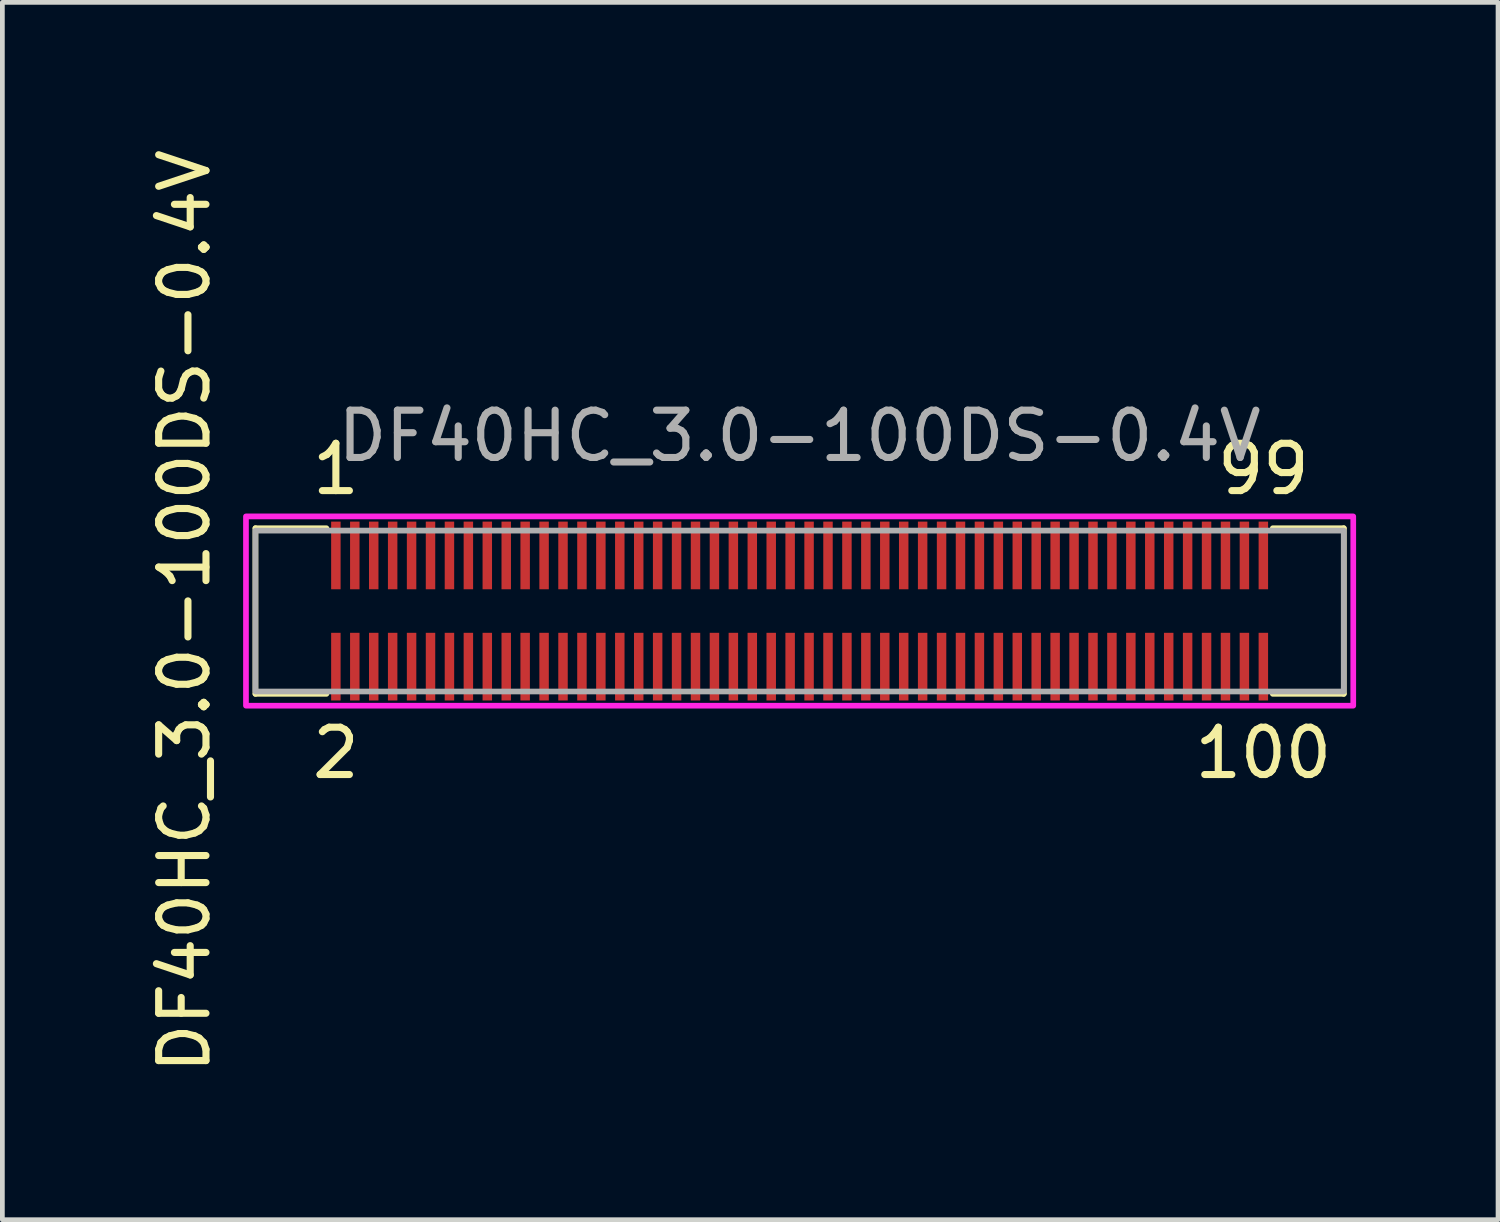
<source format=kicad_pcb>
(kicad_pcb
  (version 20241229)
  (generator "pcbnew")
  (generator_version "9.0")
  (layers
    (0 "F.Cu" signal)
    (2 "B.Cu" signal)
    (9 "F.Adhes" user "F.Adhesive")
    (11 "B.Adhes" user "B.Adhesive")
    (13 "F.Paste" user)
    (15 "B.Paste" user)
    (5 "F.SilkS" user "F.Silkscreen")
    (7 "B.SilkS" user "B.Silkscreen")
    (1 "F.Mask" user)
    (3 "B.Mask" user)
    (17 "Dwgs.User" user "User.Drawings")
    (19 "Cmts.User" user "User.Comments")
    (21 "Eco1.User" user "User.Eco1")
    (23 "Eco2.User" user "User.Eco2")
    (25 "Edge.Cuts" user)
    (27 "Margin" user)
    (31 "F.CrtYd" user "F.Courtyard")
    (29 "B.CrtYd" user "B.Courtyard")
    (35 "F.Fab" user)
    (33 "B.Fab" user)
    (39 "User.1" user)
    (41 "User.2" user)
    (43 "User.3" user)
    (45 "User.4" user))
  (footprint "DF40HC_3.0-100DS-0.4V"
    (layer "F.Cu")
    (at 13.848 9.863)
    (property "Reference" "DF40HC_3.0-100DS-0.4V" (at -13 0 90) (unlocked yes) (layer "F.SilkS") (effects (font (size 1 1) (thickness 0.15))))
    (attr smd)
    (fp_rect (start -9.9 -1.89) (end -9.7 -1.19) (stroke (width 0) (type solid)) (fill yes) (layer "F.Mask"))
    (fp_rect (start -9.7 1.89) (end -9.9 1.19) (stroke (width 0) (type solid)) (fill yes) (layer "F.Mask"))
    (fp_rect (start -9.5 -1.89) (end -9.3 -1.19) (stroke (width 0) (type solid)) (fill yes) (layer "F.Mask"))
    (fp_rect (start -9.3 1.89) (end -9.5 1.19) (stroke (width 0) (type solid)) (fill yes) (layer "F.Mask"))
    (fp_rect (start -9.1 -1.89) (end -8.9 -1.19) (stroke (width 0) (type solid)) (fill yes) (layer "F.Mask"))
    (fp_rect (start -8.9 1.89) (end -9.1 1.19) (stroke (width 0) (type solid)) (fill yes) (layer "F.Mask"))
    (fp_rect (start -8.7 -1.89) (end -8.5 -1.19) (stroke (width 0) (type solid)) (fill yes) (layer "F.Mask"))
    (fp_rect (start -8.5 1.89) (end -8.7 1.19) (stroke (width 0) (type solid)) (fill yes) (layer "F.Mask"))
    (fp_rect (start -8.3 -1.89) (end -8.1 -1.19) (stroke (width 0) (type solid)) (fill yes) (layer "F.Mask"))
    (fp_rect (start -8.1 1.89) (end -8.3 1.19) (stroke (width 0) (type solid)) (fill yes) (layer "F.Mask"))
    (fp_rect (start -7.9 -1.89) (end -7.7 -1.19) (stroke (width 0) (type solid)) (fill yes) (layer "F.Mask"))
    (fp_rect (start -7.7 1.89) (end -7.9 1.19) (stroke (width 0) (type solid)) (fill yes) (layer "F.Mask"))
    (fp_rect (start -7.5 -1.89) (end -7.3 -1.19) (stroke (width 0) (type solid)) (fill yes) (layer "F.Mask"))
    (fp_rect (start -7.3 1.89) (end -7.5 1.19) (stroke (width 0) (type solid)) (fill yes) (layer "F.Mask"))
    (fp_rect (start -7.1 -1.89) (end -6.9 -1.19) (stroke (width 0) (type solid)) (fill yes) (layer "F.Mask"))
    (fp_rect (start -6.9 1.89) (end -7.1 1.19) (stroke (width 0) (type solid)) (fill yes) (layer "F.Mask"))
    (fp_rect (start -6.7 -1.89) (end -6.5 -1.19) (stroke (width 0) (type solid)) (fill yes) (layer "F.Mask"))
    (fp_rect (start -6.5 1.89) (end -6.7 1.19) (stroke (width 0) (type solid)) (fill yes) (layer "F.Mask"))
    (fp_rect (start -6.3 -1.89) (end -6.1 -1.19) (stroke (width 0) (type solid)) (fill yes) (layer "F.Mask"))
    (fp_rect (start -6.1 1.89) (end -6.3 1.19) (stroke (width 0) (type solid)) (fill yes) (layer "F.Mask"))
    (fp_rect (start -5.9 -1.89) (end -5.7 -1.19) (stroke (width 0) (type solid)) (fill yes) (layer "F.Mask"))
    (fp_rect (start -5.7 1.89) (end -5.9 1.19) (stroke (width 0) (type solid)) (fill yes) (layer "F.Mask"))
    (fp_rect (start -5.5 -1.89) (end -5.3 -1.19) (stroke (width 0) (type solid)) (fill yes) (layer "F.Mask"))
    (fp_rect (start -5.3 1.89) (end -5.5 1.19) (stroke (width 0) (type solid)) (fill yes) (layer "F.Mask"))
    (fp_rect (start -5.1 -1.89) (end -4.9 -1.19) (stroke (width 0) (type solid)) (fill yes) (layer "F.Mask"))
    (fp_rect (start -4.9 1.89) (end -5.1 1.19) (stroke (width 0) (type solid)) (fill yes) (layer "F.Mask"))
    (fp_rect (start -4.7 -1.89) (end -4.5 -1.19) (stroke (width 0) (type solid)) (fill yes) (layer "F.Mask"))
    (fp_rect (start -4.5 1.89) (end -4.7 1.19) (stroke (width 0) (type solid)) (fill yes) (layer "F.Mask"))
    (fp_rect (start -4.3 -1.89) (end -4.1 -1.19) (stroke (width 0) (type solid)) (fill yes) (layer "F.Mask"))
    (fp_rect (start -4.1 1.89) (end -4.3 1.19) (stroke (width 0) (type solid)) (fill yes) (layer "F.Mask"))
    (fp_rect (start -3.9 -1.89) (end -3.7 -1.19) (stroke (width 0) (type solid)) (fill yes) (layer "F.Mask"))
    (fp_rect (start -3.7 1.89) (end -3.9 1.19) (stroke (width 0) (type solid)) (fill yes) (layer "F.Mask"))
    (fp_rect (start -3.5 -1.89) (end -3.3 -1.19) (stroke (width 0) (type solid)) (fill yes) (layer "F.Mask"))
    (fp_rect (start -3.3 1.89) (end -3.5 1.19) (stroke (width 0) (type solid)) (fill yes) (layer "F.Mask"))
    (fp_rect (start -3.1 -1.89) (end -2.9 -1.19) (stroke (width 0) (type solid)) (fill yes) (layer "F.Mask"))
    (fp_rect (start -2.9 1.89) (end -3.1 1.19) (stroke (width 0) (type solid)) (fill yes) (layer "F.Mask"))
    (fp_rect (start -2.7 -1.89) (end -2.5 -1.19) (stroke (width 0) (type solid)) (fill yes) (layer "F.Mask"))
    (fp_rect (start -2.5 1.89) (end -2.7 1.19) (stroke (width 0) (type solid)) (fill yes) (layer "F.Mask"))
    (fp_rect (start -2.3 -1.89) (end -2.1 -1.19) (stroke (width 0) (type solid)) (fill yes) (layer "F.Mask"))
    (fp_rect (start -2.1 1.89) (end -2.3 1.19) (stroke (width 0) (type solid)) (fill yes) (layer "F.Mask"))
    (fp_rect (start -1.9 -1.89) (end -1.7 -1.19) (stroke (width 0) (type solid)) (fill yes) (layer "F.Mask"))
    (fp_rect (start -1.7 1.89) (end -1.9 1.19) (stroke (width 0) (type solid)) (fill yes) (layer "F.Mask"))
    (fp_rect (start -1.5 -1.89) (end -1.3 -1.19) (stroke (width 0) (type solid)) (fill yes) (layer "F.Mask"))
    (fp_rect (start -1.3 1.89) (end -1.5 1.19) (stroke (width 0) (type solid)) (fill yes) (layer "F.Mask"))
    (fp_rect (start -1.1 -1.89) (end -0.9 -1.19) (stroke (width 0) (type solid)) (fill yes) (layer "F.Mask"))
    (fp_rect (start -0.9 1.89) (end -1.1 1.19) (stroke (width 0) (type solid)) (fill yes) (layer "F.Mask"))
    (fp_rect (start -0.7 -1.89) (end -0.5 -1.19) (stroke (width 0) (type solid)) (fill yes) (layer "F.Mask"))
    (fp_rect (start -0.5 1.89) (end -0.7 1.19) (stroke (width 0) (type solid)) (fill yes) (layer "F.Mask"))
    (fp_rect (start -0.3 -1.89) (end -0.1 -1.19) (stroke (width 0) (type solid)) (fill yes) (layer "F.Mask"))
    (fp_rect (start -0.1 1.89) (end -0.3 1.19) (stroke (width 0) (type solid)) (fill yes) (layer "F.Mask"))
    (fp_rect (start 0.1 -1.89) (end 0.3 -1.19) (stroke (width 0) (type solid)) (fill yes) (layer "F.Mask"))
    (fp_rect (start 0.3 1.89) (end 0.1 1.19) (stroke (width 0) (type solid)) (fill yes) (layer "F.Mask"))
    (fp_rect (start 0.5 -1.89) (end 0.7 -1.19) (stroke (width 0) (type solid)) (fill yes) (layer "F.Mask"))
    (fp_rect (start 0.7 1.89) (end 0.5 1.19) (stroke (width 0) (type solid)) (fill yes) (layer "F.Mask"))
    (fp_rect (start 0.9 -1.89) (end 1.1 -1.19) (stroke (width 0) (type solid)) (fill yes) (layer "F.Mask"))
    (fp_rect (start 1.1 1.89) (end 0.9 1.19) (stroke (width 0) (type solid)) (fill yes) (layer "F.Mask"))
    (fp_rect (start 1.3 -1.89) (end 1.5 -1.19) (stroke (width 0) (type solid)) (fill yes) (layer "F.Mask"))
    (fp_rect (start 1.5 1.89) (end 1.3 1.19) (stroke (width 0) (type solid)) (fill yes) (layer "F.Mask"))
    (fp_rect (start 1.7 -1.89) (end 1.9 -1.19) (stroke (width 0) (type solid)) (fill yes) (layer "F.Mask"))
    (fp_rect (start 1.9 1.89) (end 1.7 1.19) (stroke (width 0) (type solid)) (fill yes) (layer "F.Mask"))
    (fp_rect (start 2.1 -1.89) (end 2.3 -1.19) (stroke (width 0) (type solid)) (fill yes) (layer "F.Mask"))
    (fp_rect (start 2.3 1.89) (end 2.1 1.19) (stroke (width 0) (type solid)) (fill yes) (layer "F.Mask"))
    (fp_rect (start 2.5 -1.89) (end 2.7 -1.19) (stroke (width 0) (type solid)) (fill yes) (layer "F.Mask"))
    (fp_rect (start 2.7 1.89) (end 2.5 1.19) (stroke (width 0) (type solid)) (fill yes) (layer "F.Mask"))
    (fp_rect (start 2.9 -1.89) (end 3.1 -1.19) (stroke (width 0) (type solid)) (fill yes) (layer "F.Mask"))
    (fp_rect (start 3.1 1.89) (end 2.9 1.19) (stroke (width 0) (type solid)) (fill yes) (layer "F.Mask"))
    (fp_rect (start 3.3 -1.89) (end 3.5 -1.19) (stroke (width 0) (type solid)) (fill yes) (layer "F.Mask"))
    (fp_rect (start 3.5 1.89) (end 3.3 1.19) (stroke (width 0) (type solid)) (fill yes) (layer "F.Mask"))
    (fp_rect (start 3.7 -1.89) (end 3.9 -1.19) (stroke (width 0) (type solid)) (fill yes) (layer "F.Mask"))
    (fp_rect (start 3.9 1.89) (end 3.7 1.19) (stroke (width 0) (type solid)) (fill yes) (layer "F.Mask"))
    (fp_rect (start 4.1 -1.89) (end 4.3 -1.19) (stroke (width 0) (type solid)) (fill yes) (layer "F.Mask"))
    (fp_rect (start 4.3 1.89) (end 4.1 1.19) (stroke (width 0) (type solid)) (fill yes) (layer "F.Mask"))
    (fp_rect (start 4.5 -1.89) (end 4.7 -1.19) (stroke (width 0) (type solid)) (fill yes) (layer "F.Mask"))
    (fp_rect (start 4.7 1.89) (end 4.5 1.19) (stroke (width 0) (type solid)) (fill yes) (layer "F.Mask"))
    (fp_rect (start 4.9 -1.89) (end 5.1 -1.19) (stroke (width 0) (type solid)) (fill yes) (layer "F.Mask"))
    (fp_rect (start 5.1 1.89) (end 4.9 1.19) (stroke (width 0) (type solid)) (fill yes) (layer "F.Mask"))
    (fp_rect (start 5.3 -1.89) (end 5.5 -1.19) (stroke (width 0) (type solid)) (fill yes) (layer "F.Mask"))
    (fp_rect (start 5.5 1.89) (end 5.3 1.19) (stroke (width 0) (type solid)) (fill yes) (layer "F.Mask"))
    (fp_rect (start 5.7 -1.89) (end 5.9 -1.19) (stroke (width 0) (type solid)) (fill yes) (layer "F.Mask"))
    (fp_rect (start 5.9 1.89) (end 5.7 1.19) (stroke (width 0) (type solid)) (fill yes) (layer "F.Mask"))
    (fp_rect (start 6.1 -1.89) (end 6.3 -1.19) (stroke (width 0) (type solid)) (fill yes) (layer "F.Mask"))
    (fp_rect (start 6.3 1.89) (end 6.1 1.19) (stroke (width 0) (type solid)) (fill yes) (layer "F.Mask"))
    (fp_rect (start 6.5 -1.89) (end 6.7 -1.19) (stroke (width 0) (type solid)) (fill yes) (layer "F.Mask"))
    (fp_rect (start 6.7 1.89) (end 6.5 1.19) (stroke (width 0) (type solid)) (fill yes) (layer "F.Mask"))
    (fp_rect (start 6.9 -1.89) (end 7.1 -1.19) (stroke (width 0) (type solid)) (fill yes) (layer "F.Mask"))
    (fp_rect (start 7.1 1.89) (end 6.9 1.19) (stroke (width 0) (type solid)) (fill yes) (layer "F.Mask"))
    (fp_rect (start 7.3 -1.89) (end 7.5 -1.19) (stroke (width 0) (type solid)) (fill yes) (layer "F.Mask"))
    (fp_rect (start 7.5 1.89) (end 7.3 1.19) (stroke (width 0) (type solid)) (fill yes) (layer "F.Mask"))
    (fp_rect (start 7.7 -1.89) (end 7.9 -1.19) (stroke (width 0) (type solid)) (fill yes) (layer "F.Mask"))
    (fp_rect (start 7.9 1.89) (end 7.7 1.19) (stroke (width 0) (type solid)) (fill yes) (layer "F.Mask"))
    (fp_rect (start 8.1 -1.89) (end 8.3 -1.19) (stroke (width 0) (type solid)) (fill yes) (layer "F.Mask"))
    (fp_rect (start 8.3 1.89) (end 8.1 1.19) (stroke (width 0) (type solid)) (fill yes) (layer "F.Mask"))
    (fp_rect (start 8.5 -1.89) (end 8.7 -1.19) (stroke (width 0) (type solid)) (fill yes) (layer "F.Mask"))
    (fp_rect (start 8.7 1.89) (end 8.5 1.19) (stroke (width 0) (type solid)) (fill yes) (layer "F.Mask"))
    (fp_rect (start 8.9 -1.89) (end 9.1 -1.19) (stroke (width 0) (type solid)) (fill yes) (layer "F.Mask"))
    (fp_rect (start 9.1 1.89) (end 8.9 1.19) (stroke (width 0) (type solid)) (fill yes) (layer "F.Mask"))
    (fp_rect (start 9.3 -1.89) (end 9.5 -1.19) (stroke (width 0) (type solid)) (fill yes) (layer "F.Mask"))
    (fp_rect (start 9.5 1.89) (end 9.3 1.19) (stroke (width 0) (type solid)) (fill yes) (layer "F.Mask"))
    (fp_rect (start 9.7 -1.89) (end 9.9 -1.19) (stroke (width 0) (type solid)) (fill yes) (layer "F.Mask"))
    (fp_rect (start 9.9 1.89) (end 9.7 1.19) (stroke (width 0) (type solid)) (fill yes) (layer "F.Mask"))
    (fp_line (start -11.5 -1.75) (end -11.5 1.75) (stroke (width 0.12) (type solid)) (layer "F.SilkS"))
    (fp_line (start -11.5 1.75) (end -10 1.75) (stroke (width 0.12) (type solid)) (layer "F.SilkS"))
    (fp_line (start -10 -1.75) (end -11.5 -1.75) (stroke (width 0.12) (type solid)) (layer "F.SilkS"))
    (fp_line (start 10 -1.75) (end 11.5 -1.75) (stroke (width 0.12) (type solid)) (layer "F.SilkS"))
    (fp_line (start 11.5 -1.75) (end 11.5 1.75) (stroke (width 0.12) (type solid)) (layer "F.SilkS"))
    (fp_line (start 11.5 1.75) (end 10 1.75) (stroke (width 0.12) (type solid)) (layer "F.SilkS"))
    (fp_rect (start -9.9 -1.89) (end -9.7 -1.19) (stroke (width 0) (type solid)) (fill yes) (layer "F.Paste"))
    (fp_rect (start -9.7 1.89) (end -9.9 1.19) (stroke (width 0) (type solid)) (fill yes) (layer "F.Paste"))
    (fp_rect (start -9.5 -1.89) (end -9.3 -1.19) (stroke (width 0) (type solid)) (fill yes) (layer "F.Paste"))
    (fp_rect (start -9.3 1.89) (end -9.5 1.19) (stroke (width 0) (type solid)) (fill yes) (layer "F.Paste"))
    (fp_rect (start -9.1 -1.89) (end -8.9 -1.19) (stroke (width 0) (type solid)) (fill yes) (layer "F.Paste"))
    (fp_rect (start -8.9 1.89) (end -9.1 1.19) (stroke (width 0) (type solid)) (fill yes) (layer "F.Paste"))
    (fp_rect (start -8.7 -1.89) (end -8.5 -1.19) (stroke (width 0) (type solid)) (fill yes) (layer "F.Paste"))
    (fp_rect (start -8.5 1.89) (end -8.7 1.19) (stroke (width 0) (type solid)) (fill yes) (layer "F.Paste"))
    (fp_rect (start -8.3 -1.89) (end -8.1 -1.19) (stroke (width 0) (type solid)) (fill yes) (layer "F.Paste"))
    (fp_rect (start -8.1 1.89) (end -8.3 1.19) (stroke (width 0) (type solid)) (fill yes) (layer "F.Paste"))
    (fp_rect (start -7.9 -1.89) (end -7.7 -1.19) (stroke (width 0) (type solid)) (fill yes) (layer "F.Paste"))
    (fp_rect (start -7.7 1.89) (end -7.9 1.19) (stroke (width 0) (type solid)) (fill yes) (layer "F.Paste"))
    (fp_rect (start -7.5 -1.89) (end -7.3 -1.19) (stroke (width 0) (type solid)) (fill yes) (layer "F.Paste"))
    (fp_rect (start -7.3 1.89) (end -7.5 1.19) (stroke (width 0) (type solid)) (fill yes) (layer "F.Paste"))
    (fp_rect (start -7.1 -1.89) (end -6.9 -1.19) (stroke (width 0) (type solid)) (fill yes) (layer "F.Paste"))
    (fp_rect (start -6.9 1.89) (end -7.1 1.19) (stroke (width 0) (type solid)) (fill yes) (layer "F.Paste"))
    (fp_rect (start -6.7 -1.89) (end -6.5 -1.19) (stroke (width 0) (type solid)) (fill yes) (layer "F.Paste"))
    (fp_rect (start -6.5 1.89) (end -6.7 1.19) (stroke (width 0) (type solid)) (fill yes) (layer "F.Paste"))
    (fp_rect (start -6.3 -1.89) (end -6.1 -1.19) (stroke (width 0) (type solid)) (fill yes) (layer "F.Paste"))
    (fp_rect (start -6.1 1.89) (end -6.3 1.19) (stroke (width 0) (type solid)) (fill yes) (layer "F.Paste"))
    (fp_rect (start -5.9 -1.89) (end -5.7 -1.19) (stroke (width 0) (type solid)) (fill yes) (layer "F.Paste"))
    (fp_rect (start -5.7 1.89) (end -5.9 1.19) (stroke (width 0) (type solid)) (fill yes) (layer "F.Paste"))
    (fp_rect (start -5.5 -1.89) (end -5.3 -1.19) (stroke (width 0) (type solid)) (fill yes) (layer "F.Paste"))
    (fp_rect (start -5.3 1.89) (end -5.5 1.19) (stroke (width 0) (type solid)) (fill yes) (layer "F.Paste"))
    (fp_rect (start -5.1 -1.89) (end -4.9 -1.19) (stroke (width 0) (type solid)) (fill yes) (layer "F.Paste"))
    (fp_rect (start -4.9 1.89) (end -5.1 1.19) (stroke (width 0) (type solid)) (fill yes) (layer "F.Paste"))
    (fp_rect (start -4.7 -1.89) (end -4.5 -1.19) (stroke (width 0) (type solid)) (fill yes) (layer "F.Paste"))
    (fp_rect (start -4.5 1.89) (end -4.7 1.19) (stroke (width 0) (type solid)) (fill yes) (layer "F.Paste"))
    (fp_rect (start -4.3 -1.89) (end -4.1 -1.19) (stroke (width 0) (type solid)) (fill yes) (layer "F.Paste"))
    (fp_rect (start -4.1 1.89) (end -4.3 1.19) (stroke (width 0) (type solid)) (fill yes) (layer "F.Paste"))
    (fp_rect (start -3.9 -1.89) (end -3.7 -1.19) (stroke (width 0) (type solid)) (fill yes) (layer "F.Paste"))
    (fp_rect (start -3.7 1.89) (end -3.9 1.19) (stroke (width 0) (type solid)) (fill yes) (layer "F.Paste"))
    (fp_rect (start -3.5 -1.89) (end -3.3 -1.19) (stroke (width 0) (type solid)) (fill yes) (layer "F.Paste"))
    (fp_rect (start -3.3 1.89) (end -3.5 1.19) (stroke (width 0) (type solid)) (fill yes) (layer "F.Paste"))
    (fp_rect (start -3.1 -1.89) (end -2.9 -1.19) (stroke (width 0) (type solid)) (fill yes) (layer "F.Paste"))
    (fp_rect (start -2.9 1.89) (end -3.1 1.19) (stroke (width 0) (type solid)) (fill yes) (layer "F.Paste"))
    (fp_rect (start -2.7 -1.89) (end -2.5 -1.19) (stroke (width 0) (type solid)) (fill yes) (layer "F.Paste"))
    (fp_rect (start -2.5 1.89) (end -2.7 1.19) (stroke (width 0) (type solid)) (fill yes) (layer "F.Paste"))
    (fp_rect (start -2.3 -1.89) (end -2.1 -1.19) (stroke (width 0) (type solid)) (fill yes) (layer "F.Paste"))
    (fp_rect (start -2.1 1.89) (end -2.3 1.19) (stroke (width 0) (type solid)) (fill yes) (layer "F.Paste"))
    (fp_rect (start -1.9 -1.89) (end -1.7 -1.19) (stroke (width 0) (type solid)) (fill yes) (layer "F.Paste"))
    (fp_rect (start -1.7 1.89) (end -1.9 1.19) (stroke (width 0) (type solid)) (fill yes) (layer "F.Paste"))
    (fp_rect (start -1.5 -1.89) (end -1.3 -1.19) (stroke (width 0) (type solid)) (fill yes) (layer "F.Paste"))
    (fp_rect (start -1.3 1.89) (end -1.5 1.19) (stroke (width 0) (type solid)) (fill yes) (layer "F.Paste"))
    (fp_rect (start -1.1 -1.89) (end -0.9 -1.19) (stroke (width 0) (type solid)) (fill yes) (layer "F.Paste"))
    (fp_rect (start -0.9 1.89) (end -1.1 1.19) (stroke (width 0) (type solid)) (fill yes) (layer "F.Paste"))
    (fp_rect (start -0.7 -1.89) (end -0.5 -1.19) (stroke (width 0) (type solid)) (fill yes) (layer "F.Paste"))
    (fp_rect (start -0.5 1.89) (end -0.7 1.19) (stroke (width 0) (type solid)) (fill yes) (layer "F.Paste"))
    (fp_rect (start -0.3 -1.89) (end -0.1 -1.19) (stroke (width 0) (type solid)) (fill yes) (layer "F.Paste"))
    (fp_rect (start -0.1 1.89) (end -0.3 1.19) (stroke (width 0) (type solid)) (fill yes) (layer "F.Paste"))
    (fp_rect (start 0.1 -1.89) (end 0.3 -1.19) (stroke (width 0) (type solid)) (fill yes) (layer "F.Paste"))
    (fp_rect (start 0.3 1.89) (end 0.1 1.19) (stroke (width 0) (type solid)) (fill yes) (layer "F.Paste"))
    (fp_rect (start 0.5 -1.89) (end 0.7 -1.19) (stroke (width 0) (type solid)) (fill yes) (layer "F.Paste"))
    (fp_rect (start 0.7 1.89) (end 0.5 1.19) (stroke (width 0) (type solid)) (fill yes) (layer "F.Paste"))
    (fp_rect (start 0.9 -1.89) (end 1.1 -1.19) (stroke (width 0) (type solid)) (fill yes) (layer "F.Paste"))
    (fp_rect (start 1.1 1.89) (end 0.9 1.19) (stroke (width 0) (type solid)) (fill yes) (layer "F.Paste"))
    (fp_rect (start 1.3 -1.89) (end 1.5 -1.19) (stroke (width 0) (type solid)) (fill yes) (layer "F.Paste"))
    (fp_rect (start 1.5 1.89) (end 1.3 1.19) (stroke (width 0) (type solid)) (fill yes) (layer "F.Paste"))
    (fp_rect (start 1.7 -1.89) (end 1.9 -1.19) (stroke (width 0) (type solid)) (fill yes) (layer "F.Paste"))
    (fp_rect (start 1.9 1.89) (end 1.7 1.19) (stroke (width 0) (type solid)) (fill yes) (layer "F.Paste"))
    (fp_rect (start 2.1 -1.89) (end 2.3 -1.19) (stroke (width 0) (type solid)) (fill yes) (layer "F.Paste"))
    (fp_rect (start 2.3 1.89) (end 2.1 1.19) (stroke (width 0) (type solid)) (fill yes) (layer "F.Paste"))
    (fp_rect (start 2.5 -1.89) (end 2.7 -1.19) (stroke (width 0) (type solid)) (fill yes) (layer "F.Paste"))
    (fp_rect (start 2.7 1.89) (end 2.5 1.19) (stroke (width 0) (type solid)) (fill yes) (layer "F.Paste"))
    (fp_rect (start 2.9 -1.89) (end 3.1 -1.19) (stroke (width 0) (type solid)) (fill yes) (layer "F.Paste"))
    (fp_rect (start 3.1 1.89) (end 2.9 1.19) (stroke (width 0) (type solid)) (fill yes) (layer "F.Paste"))
    (fp_rect (start 3.3 -1.89) (end 3.5 -1.19) (stroke (width 0) (type solid)) (fill yes) (layer "F.Paste"))
    (fp_rect (start 3.5 1.89) (end 3.3 1.19) (stroke (width 0) (type solid)) (fill yes) (layer "F.Paste"))
    (fp_rect (start 3.7 -1.89) (end 3.9 -1.19) (stroke (width 0) (type solid)) (fill yes) (layer "F.Paste"))
    (fp_rect (start 3.9 1.89) (end 3.7 1.19) (stroke (width 0) (type solid)) (fill yes) (layer "F.Paste"))
    (fp_rect (start 4.1 -1.89) (end 4.3 -1.19) (stroke (width 0) (type solid)) (fill yes) (layer "F.Paste"))
    (fp_rect (start 4.3 1.89) (end 4.1 1.19) (stroke (width 0) (type solid)) (fill yes) (layer "F.Paste"))
    (fp_rect (start 4.5 -1.89) (end 4.7 -1.19) (stroke (width 0) (type solid)) (fill yes) (layer "F.Paste"))
    (fp_rect (start 4.7 1.89) (end 4.5 1.19) (stroke (width 0) (type solid)) (fill yes) (layer "F.Paste"))
    (fp_rect (start 4.9 -1.89) (end 5.1 -1.19) (stroke (width 0) (type solid)) (fill yes) (layer "F.Paste"))
    (fp_rect (start 5.1 1.89) (end 4.9 1.19) (stroke (width 0) (type solid)) (fill yes) (layer "F.Paste"))
    (fp_rect (start 5.3 -1.89) (end 5.5 -1.19) (stroke (width 0) (type solid)) (fill yes) (layer "F.Paste"))
    (fp_rect (start 5.5 1.89) (end 5.3 1.19) (stroke (width 0) (type solid)) (fill yes) (layer "F.Paste"))
    (fp_rect (start 5.7 -1.89) (end 5.9 -1.19) (stroke (width 0) (type solid)) (fill yes) (layer "F.Paste"))
    (fp_rect (start 5.9 1.89) (end 5.7 1.19) (stroke (width 0) (type solid)) (fill yes) (layer "F.Paste"))
    (fp_rect (start 6.1 -1.89) (end 6.3 -1.19) (stroke (width 0) (type solid)) (fill yes) (layer "F.Paste"))
    (fp_rect (start 6.3 1.89) (end 6.1 1.19) (stroke (width 0) (type solid)) (fill yes) (layer "F.Paste"))
    (fp_rect (start 6.5 -1.89) (end 6.7 -1.19) (stroke (width 0) (type solid)) (fill yes) (layer "F.Paste"))
    (fp_rect (start 6.7 1.89) (end 6.5 1.19) (stroke (width 0) (type solid)) (fill yes) (layer "F.Paste"))
    (fp_rect (start 6.9 -1.89) (end 7.1 -1.19) (stroke (width 0) (type solid)) (fill yes) (layer "F.Paste"))
    (fp_rect (start 7.1 1.89) (end 6.9 1.19) (stroke (width 0) (type solid)) (fill yes) (layer "F.Paste"))
    (fp_rect (start 7.3 -1.89) (end 7.5 -1.19) (stroke (width 0) (type solid)) (fill yes) (layer "F.Paste"))
    (fp_rect (start 7.5 1.89) (end 7.3 1.19) (stroke (width 0) (type solid)) (fill yes) (layer "F.Paste"))
    (fp_rect (start 7.7 -1.89) (end 7.9 -1.19) (stroke (width 0) (type solid)) (fill yes) (layer "F.Paste"))
    (fp_rect (start 7.9 1.89) (end 7.7 1.19) (stroke (width 0) (type solid)) (fill yes) (layer "F.Paste"))
    (fp_rect (start 8.1 -1.89) (end 8.3 -1.19) (stroke (width 0) (type solid)) (fill yes) (layer "F.Paste"))
    (fp_rect (start 8.3 1.89) (end 8.1 1.19) (stroke (width 0) (type solid)) (fill yes) (layer "F.Paste"))
    (fp_rect (start 8.5 -1.89) (end 8.7 -1.19) (stroke (width 0) (type solid)) (fill yes) (layer "F.Paste"))
    (fp_rect (start 8.7 1.89) (end 8.5 1.19) (stroke (width 0) (type solid)) (fill yes) (layer "F.Paste"))
    (fp_rect (start 8.9 -1.89) (end 9.1 -1.19) (stroke (width 0) (type solid)) (fill yes) (layer "F.Paste"))
    (fp_rect (start 9.1 1.89) (end 8.9 1.19) (stroke (width 0) (type solid)) (fill yes) (layer "F.Paste"))
    (fp_rect (start 9.3 -1.89) (end 9.5 -1.19) (stroke (width 0) (type solid)) (fill yes) (layer "F.Paste"))
    (fp_rect (start 9.5 1.89) (end 9.3 1.19) (stroke (width 0) (type solid)) (fill yes) (layer "F.Paste"))
    (fp_rect (start 9.7 -1.89) (end 9.9 -1.19) (stroke (width 0) (type solid)) (fill yes) (layer "F.Paste"))
    (fp_rect (start 9.9 1.89) (end 9.7 1.19) (stroke (width 0) (type solid)) (fill yes) (layer "F.Paste"))
    (fp_rect (start -11.7 -2) (end 11.7 2) (stroke (width 0.12) (type solid)) (fill no) (layer "F.CrtYd"))
    (fp_rect (start -11.5 -1.7) (end 11.5 1.7) (stroke (width 0.12) (type solid)) (fill no) (layer "F.Fab"))
    (fp_text user "99" (at 9.8 -3 0) (unlocked yes) (layer "F.SilkS") (effects (font (size 1 1) (thickness 0.15))))
    (fp_text user "100" (at 9.8 3 0) (unlocked yes) (layer "F.SilkS") (effects (font (size 1 1) (thickness 0.15))))
    (fp_text user "2" (at -9.8 3 0) (unlocked yes) (layer "F.SilkS") (effects (font (size 1 1) (thickness 0.15))))
    (fp_text user "1" (at -9.8 -3 0) (unlocked yes) (layer "F.SilkS") (effects (font (size 1 1) (thickness 0.15))))
    (fp_text user "${REFERENCE}" (at 0 -3.7 0) (unlocked yes) (layer "F.Fab") (effects (font (size 1 1) (thickness 0.15))))
    (pad "1" smd rect (at -9.8 -1.175 90) (size 1.43 0.2) (layers "F.Cu"))
    (pad "2" smd rect (at -9.8 1.175 270) (size 1.43 0.2) (layers "F.Cu"))
    (pad "3" smd rect (at -9.4 -1.175 90) (size 1.43 0.2) (layers "F.Cu"))
    (pad "4" smd rect (at -9.4 1.175 270) (size 1.43 0.2) (layers "F.Cu"))
    (pad "5" smd rect (at -9 -1.175 90) (size 1.43 0.2) (layers "F.Cu"))
    (pad "6" smd rect (at -9 1.175 270) (size 1.43 0.2) (layers "F.Cu"))
    (pad "7" smd rect (at -8.6 -1.175 90) (size 1.43 0.2) (layers "F.Cu"))
    (pad "8" smd rect (at -8.6 1.175 270) (size 1.43 0.2) (layers "F.Cu"))
    (pad "9" smd rect (at -8.2 -1.175 90) (size 1.43 0.2) (layers "F.Cu"))
    (pad "10" smd rect (at -8.2 1.175 270) (size 1.43 0.2) (layers "F.Cu"))
    (pad "11" smd rect (at -7.8 -1.175 90) (size 1.43 0.2) (layers "F.Cu"))
    (pad "12" smd rect (at -7.8 1.175 270) (size 1.43 0.2) (layers "F.Cu"))
    (pad "13" smd rect (at -7.4 -1.175 90) (size 1.43 0.2) (layers "F.Cu"))
    (pad "14" smd rect (at -7.4 1.175 270) (size 1.43 0.2) (layers "F.Cu"))
    (pad "15" smd rect (at -7 -1.175 90) (size 1.43 0.2) (layers "F.Cu"))
    (pad "16" smd rect (at -7 1.175 270) (size 1.43 0.2) (layers "F.Cu"))
    (pad "17" smd rect (at -6.6 -1.175 90) (size 1.43 0.2) (layers "F.Cu"))
    (pad "18" smd rect (at -6.6 1.175 270) (size 1.43 0.2) (layers "F.Cu"))
    (pad "19" smd rect (at -6.2 -1.175 90) (size 1.43 0.2) (layers "F.Cu"))
    (pad "20" smd rect (at -6.2 1.175 270) (size 1.43 0.2) (layers "F.Cu"))
    (pad "21" smd rect (at -5.8 -1.175 90) (size 1.43 0.2) (layers "F.Cu"))
    (pad "22" smd rect (at -5.8 1.175 270) (size 1.43 0.2) (layers "F.Cu"))
    (pad "23" smd rect (at -5.4 -1.175 90) (size 1.43 0.2) (layers "F.Cu"))
    (pad "24" smd rect (at -5.4 1.175 270) (size 1.43 0.2) (layers "F.Cu"))
    (pad "25" smd rect (at -5 -1.175 90) (size 1.43 0.2) (layers "F.Cu"))
    (pad "26" smd rect (at -5 1.175 270) (size 1.43 0.2) (layers "F.Cu"))
    (pad "27" smd rect (at -4.6 -1.175 90) (size 1.43 0.2) (layers "F.Cu"))
    (pad "28" smd rect (at -4.6 1.175 270) (size 1.43 0.2) (layers "F.Cu"))
    (pad "29" smd rect (at -4.2 -1.175 90) (size 1.43 0.2) (layers "F.Cu"))
    (pad "30" smd rect (at -4.2 1.175 270) (size 1.43 0.2) (layers "F.Cu"))
    (pad "31" smd rect (at -3.8 -1.175 90) (size 1.43 0.2) (layers "F.Cu"))
    (pad "32" smd rect (at -3.8 1.175 270) (size 1.43 0.2) (layers "F.Cu"))
    (pad "33" smd rect (at -3.4 -1.175 90) (size 1.43 0.2) (layers "F.Cu"))
    (pad "34" smd rect (at -3.4 1.175 270) (size 1.43 0.2) (layers "F.Cu"))
    (pad "35" smd rect (at -3 -1.175 90) (size 1.43 0.2) (layers "F.Cu"))
    (pad "36" smd rect (at -3 1.175 270) (size 1.43 0.2) (layers "F.Cu"))
    (pad "37" smd rect (at -2.6 -1.175 90) (size 1.43 0.2) (layers "F.Cu"))
    (pad "38" smd rect (at -2.6 1.175 270) (size 1.43 0.2) (layers "F.Cu"))
    (pad "39" smd rect (at -2.2 -1.175 90) (size 1.43 0.2) (layers "F.Cu"))
    (pad "40" smd rect (at -2.2 1.175 270) (size 1.43 0.2) (layers "F.Cu"))
    (pad "41" smd rect (at -1.8 -1.175 90) (size 1.43 0.2) (layers "F.Cu"))
    (pad "42" smd rect (at -1.8 1.175 270) (size 1.43 0.2) (layers "F.Cu"))
    (pad "43" smd rect (at -1.4 -1.175 90) (size 1.43 0.2) (layers "F.Cu"))
    (pad "44" smd rect (at -1.4 1.175 270) (size 1.43 0.2) (layers "F.Cu"))
    (pad "45" smd rect (at -1 -1.175 90) (size 1.43 0.2) (layers "F.Cu"))
    (pad "46" smd rect (at -1 1.175 270) (size 1.43 0.2) (layers "F.Cu"))
    (pad "47" smd rect (at -0.6 -1.175 90) (size 1.43 0.2) (layers "F.Cu"))
    (pad "48" smd rect (at -0.6 1.175 270) (size 1.43 0.2) (layers "F.Cu"))
    (pad "49" smd rect (at -0.2 -1.175 90) (size 1.43 0.2) (layers "F.Cu"))
    (pad "50" smd rect (at -0.2 1.175 270) (size 1.43 0.2) (layers "F.Cu"))
    (pad "51" smd rect (at 0.2 -1.175 90) (size 1.43 0.2) (layers "F.Cu"))
    (pad "52" smd rect (at 0.2 1.175 270) (size 1.43 0.2) (layers "F.Cu"))
    (pad "53" smd rect (at 0.6 -1.175 90) (size 1.43 0.2) (layers "F.Cu"))
    (pad "54" smd rect (at 0.6 1.175 270) (size 1.43 0.2) (layers "F.Cu"))
    (pad "55" smd rect (at 1 -1.175 90) (size 1.43 0.2) (layers "F.Cu"))
    (pad "56" smd rect (at 1 1.175 270) (size 1.43 0.2) (layers "F.Cu"))
    (pad "57" smd rect (at 1.4 -1.175 90) (size 1.43 0.2) (layers "F.Cu"))
    (pad "58" smd rect (at 1.4 1.175 270) (size 1.43 0.2) (layers "F.Cu"))
    (pad "59" smd rect (at 1.8 -1.175 90) (size 1.43 0.2) (layers "F.Cu"))
    (pad "60" smd rect (at 1.8 1.175 270) (size 1.43 0.2) (layers "F.Cu"))
    (pad "61" smd rect (at 2.2 -1.175 90) (size 1.43 0.2) (layers "F.Cu"))
    (pad "62" smd rect (at 2.2 1.175 270) (size 1.43 0.2) (layers "F.Cu"))
    (pad "63" smd rect (at 2.6 -1.175 90) (size 1.43 0.2) (layers "F.Cu"))
    (pad "64" smd rect (at 2.6 1.175 270) (size 1.43 0.2) (layers "F.Cu"))
    (pad "65" smd rect (at 3 -1.175 90) (size 1.43 0.2) (layers "F.Cu"))
    (pad "66" smd rect (at 3 1.175 270) (size 1.43 0.2) (layers "F.Cu"))
    (pad "67" smd rect (at 3.4 -1.175 90) (size 1.43 0.2) (layers "F.Cu"))
    (pad "68" smd rect (at 3.4 1.175 270) (size 1.43 0.2) (layers "F.Cu"))
    (pad "69" smd rect (at 3.8 -1.175 90) (size 1.43 0.2) (layers "F.Cu"))
    (pad "70" smd rect (at 3.8 1.175 270) (size 1.43 0.2) (layers "F.Cu"))
    (pad "71" smd rect (at 4.2 -1.175 90) (size 1.43 0.2) (layers "F.Cu"))
    (pad "72" smd rect (at 4.2 1.175 270) (size 1.43 0.2) (layers "F.Cu"))
    (pad "73" smd rect (at 4.6 -1.175 90) (size 1.43 0.2) (layers "F.Cu"))
    (pad "74" smd rect (at 4.6 1.175 270) (size 1.43 0.2) (layers "F.Cu"))
    (pad "75" smd rect (at 5 -1.175 90) (size 1.43 0.2) (layers "F.Cu"))
    (pad "76" smd rect (at 5 1.175 270) (size 1.43 0.2) (layers "F.Cu"))
    (pad "77" smd rect (at 5.4 -1.175 90) (size 1.43 0.2) (layers "F.Cu"))
    (pad "78" smd rect (at 5.4 1.175 270) (size 1.43 0.2) (layers "F.Cu"))
    (pad "79" smd rect (at 5.8 -1.175 90) (size 1.43 0.2) (layers "F.Cu"))
    (pad "80" smd rect (at 5.8 1.175 270) (size 1.43 0.2) (layers "F.Cu"))
    (pad "81" smd rect (at 6.2 -1.175 90) (size 1.43 0.2) (layers "F.Cu"))
    (pad "82" smd rect (at 6.2 1.175 270) (size 1.43 0.2) (layers "F.Cu"))
    (pad "83" smd rect (at 6.6 -1.175 90) (size 1.43 0.2) (layers "F.Cu"))
    (pad "84" smd rect (at 6.6 1.175 270) (size 1.43 0.2) (layers "F.Cu"))
    (pad "85" smd rect (at 7 -1.175 90) (size 1.43 0.2) (layers "F.Cu"))
    (pad "86" smd rect (at 7 1.175 270) (size 1.43 0.2) (layers "F.Cu"))
    (pad "87" smd rect (at 7.4 -1.175 90) (size 1.43 0.2) (layers "F.Cu"))
    (pad "88" smd rect (at 7.4 1.175 270) (size 1.43 0.2) (layers "F.Cu"))
    (pad "89" smd rect (at 7.8 -1.175 90) (size 1.43 0.2) (layers "F.Cu"))
    (pad "90" smd rect (at 7.8 1.175 270) (size 1.43 0.2) (layers "F.Cu"))
    (pad "91" smd rect (at 8.2 -1.175 90) (size 1.43 0.2) (layers "F.Cu"))
    (pad "92" smd rect (at 8.2 1.175 270) (size 1.43 0.2) (layers "F.Cu"))
    (pad "93" smd rect (at 8.6 -1.175 90) (size 1.43 0.2) (layers "F.Cu"))
    (pad "94" smd rect (at 8.6 1.175 270) (size 1.43 0.2) (layers "F.Cu"))
    (pad "95" smd rect (at 9 -1.175 90) (size 1.43 0.2) (layers "F.Cu"))
    (pad "96" smd rect (at 9 1.175 270) (size 1.43 0.2) (layers "F.Cu"))
    (pad "97" smd rect (at 9.4 -1.175 90) (size 1.43 0.2) (layers "F.Cu"))
    (pad "98" smd rect (at 9.4 1.175 270) (size 1.43 0.2) (layers "F.Cu"))
    (pad "99" smd rect (at 9.8 -1.175 90) (size 1.43 0.2) (layers "F.Cu"))
    (pad "100" smd rect (at 9.8 1.175 270) (size 1.43 0.2) (layers "F.Cu")))
  (gr_rect
    (start -3 -3)
    (end 28.608 22.726)
    (stroke (width 0.1) (type default))
    (fill no)
    (layer "Edge.Cuts")))
</source>
